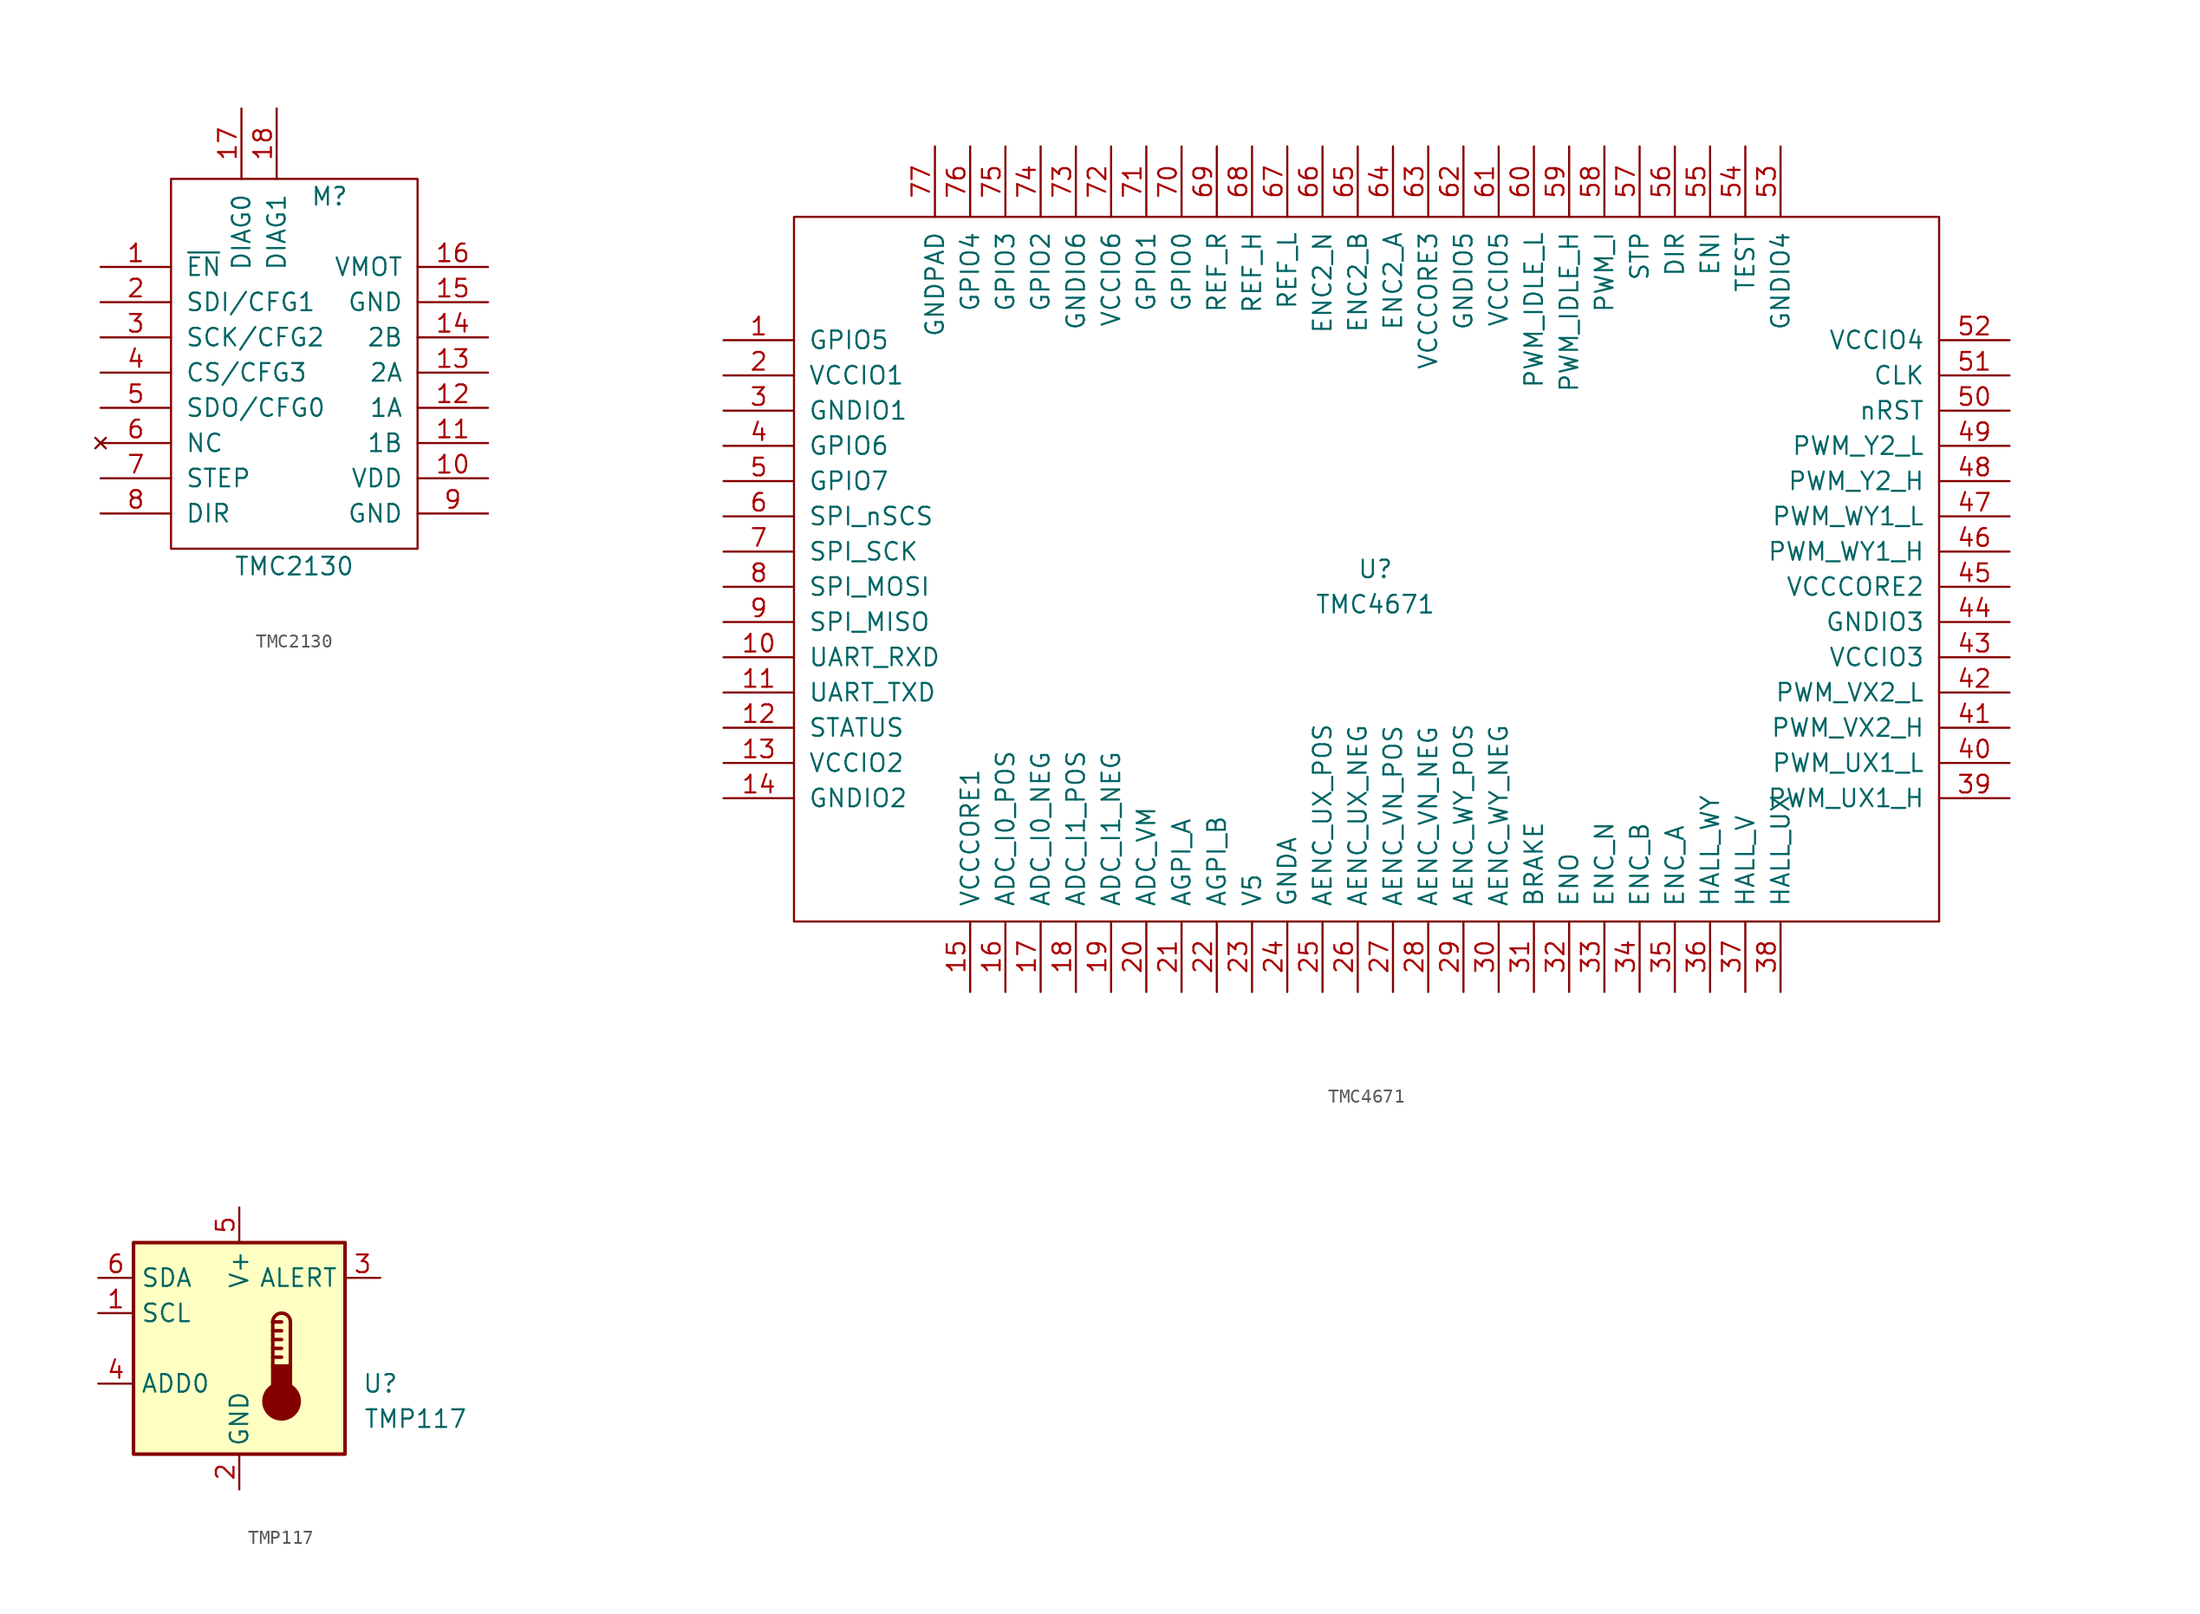
<source format=kicad_sym>
(kicad_symbol_lib
  (version 20220914)
  (generator kicad_symbol_editor)
  (symbol "TMC2130"
    (pin_names
      (offset 1.016))
    (property "Reference" "M"
      (at 2.54 13.97 0)
      (effects (font (size 1.27 1.27))))
    (property "Value" "TMC2130"
      (at 0 -12.7 0)
      (effects (font (size 1.27 1.27))))
    (symbol "TMC2130_1_1"
      (rectangle (start -8.89 15.24) (end 8.89 -11.43) (stroke (width 0) (type default)) (fill (type none)))
      (pin input line (at -13.97 8.89 0) (length 5.08) (name "~{EN}" (effects (font (size 1.27 1.27)))) (number "1" (effects (font (size 1.27 1.27)))))
      (pin power_in line (at 13.97 -6.35 180) (length 5.08) (name "VDD" (effects (font (size 1.27 1.27)))) (number "10" (effects (font (size 1.27 1.27)))))
      (pin output line (at 13.97 -3.81 180) (length 5.08) (name "1B" (effects (font (size 1.27 1.27)))) (number "11" (effects (font (size 1.27 1.27)))))
      (pin output line (at 13.97 -1.27 180) (length 5.08) (name "1A" (effects (font (size 1.27 1.27)))) (number "12" (effects (font (size 1.27 1.27)))))
      (pin output line (at 13.97 1.27 180) (length 5.08) (name "2A" (effects (font (size 1.27 1.27)))) (number "13" (effects (font (size 1.27 1.27)))))
      (pin output line (at 13.97 3.81 180) (length 5.08) (name "2B" (effects (font (size 1.27 1.27)))) (number "14" (effects (font (size 1.27 1.27)))))
      (pin power_in line (at 13.97 6.35 180) (length 5.08) (name "GND" (effects (font (size 1.27 1.27)))) (number "15" (effects (font (size 1.27 1.27)))))
      (pin power_in line (at 13.97 8.89 180) (length 5.08) (name "VMOT" (effects (font (size 1.27 1.27)))) (number "16" (effects (font (size 1.27 1.27)))))
      (pin output line (at -3.81 20.32 270) (length 5.08) (name "DIAG0" (effects (font (size 1.27 1.27)))) (number "17" (effects (font (size 1.27 1.27)))))
      (pin output line (at -1.27 20.32 270) (length 5.08) (name "DIAG1" (effects (font (size 1.27 1.27)))) (number "18" (effects (font (size 1.27 1.27)))))
      (pin input line (at -13.97 6.35 0) (length 5.08) (name "SDI/CFG1" (effects (font (size 1.27 1.27)))) (number "2" (effects (font (size 1.27 1.27)))))
      (pin input line (at -13.97 3.81 0) (length 5.08) (name "SCK/CFG2" (effects (font (size 1.27 1.27)))) (number "3" (effects (font (size 1.27 1.27)))))
      (pin input line (at -13.97 1.27 0) (length 5.08) (name "CS/CFG3" (effects (font (size 1.27 1.27)))) (number "4" (effects (font (size 1.27 1.27)))))
      (pin input line (at -13.97 -1.27 0) (length 5.08) (name "SDO/CFG0" (effects (font (size 1.27 1.27)))) (number "5" (effects (font (size 1.27 1.27)))))
      (pin no_connect line (at -13.97 -3.81 0) (length 5.08) (name "NC" (effects (font (size 1.27 1.27)))) (number "6" (effects (font (size 1.27 1.27)))))
      (pin input line (at -13.97 -6.35 0) (length 5.08) (name "STEP" (effects (font (size 1.27 1.27)))) (number "7" (effects (font (size 1.27 1.27)))))
      (pin input line (at -13.97 -8.89 0) (length 5.08) (name "DIR" (effects (font (size 1.27 1.27)))) (number "8" (effects (font (size 1.27 1.27)))))
      (pin power_in line (at 13.97 -8.89 180) (length 5.08) (name "GND" (effects (font (size 1.27 1.27)))) (number "9" (effects (font (size 1.27 1.27)))))))
  (symbol "TMC4671"
    (pin_names
      (offset 1.016))
    (property "Reference" "U"
      (at 0 0 0)
      (effects (font (size 1.27 1.27))))
    (property "Value" "TMC4671"
      (at 0 -2.54 0)
      (effects (font (size 1.27 1.27))))
    (symbol "TMC4671_0_1"
      (rectangle (start -41.91 25.4) (end 40.64 -25.4) (stroke (width 0) (type default)) (fill (type none))))
    (symbol "TMC4671_1_1"
      (pin input line (at -46.99 16.51 0) (length 5.08) (name "GPIO5" (effects (font (size 1.27 1.27)))) (number "1" (effects (font (size 1.27 1.27)))))
      (pin input line (at -46.99 -6.35 0) (length 5.08) (name "UART_RXD" (effects (font (size 1.27 1.27)))) (number "10" (effects (font (size 1.27 1.27)))))
      (pin output line (at -46.99 -8.89 0) (length 5.08) (name "UART_TXD" (effects (font (size 1.27 1.27)))) (number "11" (effects (font (size 1.27 1.27)))))
      (pin output line (at -46.99 -11.43 0) (length 5.08) (name "STATUS" (effects (font (size 1.27 1.27)))) (number "12" (effects (font (size 1.27 1.27)))))
      (pin power_in line (at -46.99 -13.97 0) (length 5.08) (name "VCCIO2" (effects (font (size 1.27 1.27)))) (number "13" (effects (font (size 1.27 1.27)))))
      (pin power_in line (at -46.99 -16.51 0) (length 5.08) (name "GNDIO2" (effects (font (size 1.27 1.27)))) (number "14" (effects (font (size 1.27 1.27)))))
      (pin power_in line (at -29.21 -30.48 90) (length 5.08) (name "VCCCORE1" (effects (font (size 1.27 1.27)))) (number "15" (effects (font (size 1.27 1.27)))))
      (pin input line (at -26.67 -30.48 90) (length 5.08) (name "ADC_I0_POS" (effects (font (size 1.27 1.27)))) (number "16" (effects (font (size 1.27 1.27)))))
      (pin input line (at -24.13 -30.48 90) (length 5.08) (name "ADC_I0_NEG" (effects (font (size 1.27 1.27)))) (number "17" (effects (font (size 1.27 1.27)))))
      (pin input line (at -21.59 -30.48 90) (length 5.08) (name "ADC_I1_POS" (effects (font (size 1.27 1.27)))) (number "18" (effects (font (size 1.27 1.27)))))
      (pin input line (at -19.05 -30.48 90) (length 5.08) (name "ADC_I1_NEG" (effects (font (size 1.27 1.27)))) (number "19" (effects (font (size 1.27 1.27)))))
      (pin power_in line (at -46.99 13.97 0) (length 5.08) (name "VCCIO1" (effects (font (size 1.27 1.27)))) (number "2" (effects (font (size 1.27 1.27)))))
      (pin input line (at -16.51 -30.48 90) (length 5.08) (name "ADC_VM" (effects (font (size 1.27 1.27)))) (number "20" (effects (font (size 1.27 1.27)))))
      (pin input line (at -13.97 -30.48 90) (length 5.08) (name "AGPI_A" (effects (font (size 1.27 1.27)))) (number "21" (effects (font (size 1.27 1.27)))))
      (pin input line (at -11.43 -30.48 90) (length 5.08) (name "AGPI_B" (effects (font (size 1.27 1.27)))) (number "22" (effects (font (size 1.27 1.27)))))
      (pin power_in line (at -8.89 -30.48 90) (length 5.08) (name "V5" (effects (font (size 1.27 1.27)))) (number "23" (effects (font (size 1.27 1.27)))))
      (pin power_in line (at -6.35 -30.48 90) (length 5.08) (name "GNDA" (effects (font (size 1.27 1.27)))) (number "24" (effects (font (size 1.27 1.27)))))
      (pin input line (at -3.81 -30.48 90) (length 5.08) (name "AENC_UX_POS" (effects (font (size 1.27 1.27)))) (number "25" (effects (font (size 1.27 1.27)))))
      (pin input line (at -1.27 -30.48 90) (length 5.08) (name "AENC_UX_NEG" (effects (font (size 1.27 1.27)))) (number "26" (effects (font (size 1.27 1.27)))))
      (pin input line (at 1.27 -30.48 90) (length 5.08) (name "AENC_VN_POS" (effects (font (size 1.27 1.27)))) (number "27" (effects (font (size 1.27 1.27)))))
      (pin input line (at 3.81 -30.48 90) (length 5.08) (name "AENC_VN_NEG" (effects (font (size 1.27 1.27)))) (number "28" (effects (font (size 1.27 1.27)))))
      (pin input line (at 6.35 -30.48 90) (length 5.08) (name "AENC_WY_POS" (effects (font (size 1.27 1.27)))) (number "29" (effects (font (size 1.27 1.27)))))
      (pin power_in line (at -46.99 11.43 0) (length 5.08) (name "GNDIO1" (effects (font (size 1.27 1.27)))) (number "3" (effects (font (size 1.27 1.27)))))
      (pin input line (at 8.89 -30.48 90) (length 5.08) (name "AENC_WY_NEG" (effects (font (size 1.27 1.27)))) (number "30" (effects (font (size 1.27 1.27)))))
      (pin output line (at 11.43 -30.48 90) (length 5.08) (name "BRAKE" (effects (font (size 1.27 1.27)))) (number "31" (effects (font (size 1.27 1.27)))))
      (pin output line (at 13.97 -30.48 90) (length 5.08) (name "ENO" (effects (font (size 1.27 1.27)))) (number "32" (effects (font (size 1.27 1.27)))))
      (pin input line (at 16.51 -30.48 90) (length 5.08) (name "ENC_N" (effects (font (size 1.27 1.27)))) (number "33" (effects (font (size 1.27 1.27)))))
      (pin input line (at 19.05 -30.48 90) (length 5.08) (name "ENC_B" (effects (font (size 1.27 1.27)))) (number "34" (effects (font (size 1.27 1.27)))))
      (pin input line (at 21.59 -30.48 90) (length 5.08) (name "ENC_A" (effects (font (size 1.27 1.27)))) (number "35" (effects (font (size 1.27 1.27)))))
      (pin input line (at 24.13 -30.48 90) (length 5.08) (name "HALL_WY" (effects (font (size 1.27 1.27)))) (number "36" (effects (font (size 1.27 1.27)))))
      (pin input line (at 26.67 -30.48 90) (length 5.08) (name "HALL_V" (effects (font (size 1.27 1.27)))) (number "37" (effects (font (size 1.27 1.27)))))
      (pin input line (at 29.21 -30.48 90) (length 5.08) (name "HALL_UX" (effects (font (size 1.27 1.27)))) (number "38" (effects (font (size 1.27 1.27)))))
      (pin output line (at 45.72 -16.51 180) (length 5.08) (name "PWM_UX1_H" (effects (font (size 1.27 1.27)))) (number "39" (effects (font (size 1.27 1.27)))))
      (pin bidirectional line (at -46.99 8.89 0) (length 5.08) (name "GPIO6" (effects (font (size 1.27 1.27)))) (number "4" (effects (font (size 1.27 1.27)))))
      (pin output line (at 45.72 -13.97 180) (length 5.08) (name "PWM_UX1_L" (effects (font (size 1.27 1.27)))) (number "40" (effects (font (size 1.27 1.27)))))
      (pin output line (at 45.72 -11.43 180) (length 5.08) (name "PWM_VX2_H" (effects (font (size 1.27 1.27)))) (number "41" (effects (font (size 1.27 1.27)))))
      (pin output line (at 45.72 -8.89 180) (length 5.08) (name "PWM_VX2_L" (effects (font (size 1.27 1.27)))) (number "42" (effects (font (size 1.27 1.27)))))
      (pin power_in line (at 45.72 -6.35 180) (length 5.08) (name "VCCIO3" (effects (font (size 1.27 1.27)))) (number "43" (effects (font (size 1.27 1.27)))))
      (pin power_in line (at 45.72 -3.81 180) (length 5.08) (name "GNDIO3" (effects (font (size 1.27 1.27)))) (number "44" (effects (font (size 1.27 1.27)))))
      (pin power_in line (at 45.72 -1.27 180) (length 5.08) (name "VCCCORE2" (effects (font (size 1.27 1.27)))) (number "45" (effects (font (size 1.27 1.27)))))
      (pin output line (at 45.72 1.27 180) (length 5.08) (name "PWM_WY1_H" (effects (font (size 1.27 1.27)))) (number "46" (effects (font (size 1.27 1.27)))))
      (pin output line (at 45.72 3.81 180) (length 5.08) (name "PWM_WY1_L" (effects (font (size 1.27 1.27)))) (number "47" (effects (font (size 1.27 1.27)))))
      (pin output line (at 45.72 6.35 180) (length 5.08) (name "PWM_Y2_H" (effects (font (size 1.27 1.27)))) (number "48" (effects (font (size 1.27 1.27)))))
      (pin output line (at 45.72 8.89 180) (length 5.08) (name "PWM_Y2_L" (effects (font (size 1.27 1.27)))) (number "49" (effects (font (size 1.27 1.27)))))
      (pin bidirectional line (at -46.99 6.35 0) (length 5.08) (name "GPIO7" (effects (font (size 1.27 1.27)))) (number "5" (effects (font (size 1.27 1.27)))))
      (pin input line (at 45.72 11.43 180) (length 5.08) (name "nRST" (effects (font (size 1.27 1.27)))) (number "50" (effects (font (size 1.27 1.27)))))
      (pin input line (at 45.72 13.97 180) (length 5.08) (name "CLK" (effects (font (size 1.27 1.27)))) (number "51" (effects (font (size 1.27 1.27)))))
      (pin power_in line (at 45.72 16.51 180) (length 5.08) (name "VCCIO4" (effects (font (size 1.27 1.27)))) (number "52" (effects (font (size 1.27 1.27)))))
      (pin power_in line (at 29.21 30.48 270) (length 5.08) (name "GNDIO4" (effects (font (size 1.27 1.27)))) (number "53" (effects (font (size 1.27 1.27)))))
      (pin input line (at 26.67 30.48 270) (length 5.08) (name "TEST" (effects (font (size 1.27 1.27)))) (number "54" (effects (font (size 1.27 1.27)))))
      (pin input line (at 24.13 30.48 270) (length 5.08) (name "ENI" (effects (font (size 1.27 1.27)))) (number "55" (effects (font (size 1.27 1.27)))))
      (pin input line (at 21.59 30.48 270) (length 5.08) (name "DIR" (effects (font (size 1.27 1.27)))) (number "56" (effects (font (size 1.27 1.27)))))
      (pin input line (at 19.05 30.48 270) (length 5.08) (name "STP" (effects (font (size 1.27 1.27)))) (number "57" (effects (font (size 1.27 1.27)))))
      (pin input line (at 16.51 30.48 270) (length 5.08) (name "PWM_I" (effects (font (size 1.27 1.27)))) (number "58" (effects (font (size 1.27 1.27)))))
      (pin input line (at 13.97 30.48 270) (length 5.08) (name "PWM_IDLE_H" (effects (font (size 1.27 1.27)))) (number "59" (effects (font (size 1.27 1.27)))))
      (pin input line (at -46.99 3.81 0) (length 5.08) (name "SPI_nSCS" (effects (font (size 1.27 1.27)))) (number "6" (effects (font (size 1.27 1.27)))))
      (pin input line (at 11.43 30.48 270) (length 5.08) (name "PWM_IDLE_L" (effects (font (size 1.27 1.27)))) (number "60" (effects (font (size 1.27 1.27)))))
      (pin power_in line (at 8.89 30.48 270) (length 5.08) (name "VCCIO5" (effects (font (size 1.27 1.27)))) (number "61" (effects (font (size 1.27 1.27)))))
      (pin power_in line (at 6.35 30.48 270) (length 5.08) (name "GNDIO5" (effects (font (size 1.27 1.27)))) (number "62" (effects (font (size 1.27 1.27)))))
      (pin power_in line (at 3.81 30.48 270) (length 5.08) (name "VCCCORE3" (effects (font (size 1.27 1.27)))) (number "63" (effects (font (size 1.27 1.27)))))
      (pin input line (at 1.27 30.48 270) (length 5.08) (name "ENC2_A" (effects (font (size 1.27 1.27)))) (number "64" (effects (font (size 1.27 1.27)))))
      (pin input line (at -1.27 30.48 270) (length 5.08) (name "ENC2_B" (effects (font (size 1.27 1.27)))) (number "65" (effects (font (size 1.27 1.27)))))
      (pin input line (at -3.81 30.48 270) (length 5.08) (name "ENC2_N" (effects (font (size 1.27 1.27)))) (number "66" (effects (font (size 1.27 1.27)))))
      (pin input line (at -6.35 30.48 270) (length 5.08) (name "REF_L" (effects (font (size 1.27 1.27)))) (number "67" (effects (font (size 1.27 1.27)))))
      (pin input line (at -8.89 30.48 270) (length 5.08) (name "REF_H" (effects (font (size 1.27 1.27)))) (number "68" (effects (font (size 1.27 1.27)))))
      (pin input line (at -11.43 30.48 270) (length 5.08) (name "REF_R" (effects (font (size 1.27 1.27)))) (number "69" (effects (font (size 1.27 1.27)))))
      (pin input line (at -46.99 1.27 0) (length 5.08) (name "SPI_SCK" (effects (font (size 1.27 1.27)))) (number "7" (effects (font (size 1.27 1.27)))))
      (pin input line (at -13.97 30.48 270) (length 5.08) (name "GPIO0" (effects (font (size 1.27 1.27)))) (number "70" (effects (font (size 1.27 1.27)))))
      (pin bidirectional line (at -16.51 30.48 270) (length 5.08) (name "GPIO1" (effects (font (size 1.27 1.27)))) (number "71" (effects (font (size 1.27 1.27)))))
      (pin power_in line (at -19.05 30.48 270) (length 5.08) (name "VCCIO6" (effects (font (size 1.27 1.27)))) (number "72" (effects (font (size 1.27 1.27)))))
      (pin power_in line (at -21.59 30.48 270) (length 5.08) (name "GNDIO6" (effects (font (size 1.27 1.27)))) (number "73" (effects (font (size 1.27 1.27)))))
      (pin bidirectional line (at -24.13 30.48 270) (length 5.08) (name "GPIO2" (effects (font (size 1.27 1.27)))) (number "74" (effects (font (size 1.27 1.27)))))
      (pin bidirectional line (at -26.67 30.48 270) (length 5.08) (name "GPIO3" (effects (font (size 1.27 1.27)))) (number "75" (effects (font (size 1.27 1.27)))))
      (pin bidirectional line (at -29.21 30.48 270) (length 5.08) (name "GPIO4" (effects (font (size 1.27 1.27)))) (number "76" (effects (font (size 1.27 1.27)))))
      (pin power_in line (at -31.75 30.48 270) (length 5.08) (name "GNDPAD" (effects (font (size 1.27 1.27)))) (number "77" (effects (font (size 1.27 1.27)))))
      (pin input line (at -46.99 -1.27 0) (length 5.08) (name "SPI_MOSI" (effects (font (size 1.27 1.27)))) (number "8" (effects (font (size 1.27 1.27)))))
      (pin output line (at -46.99 -3.81 0) (length 5.08) (name "SPI_MISO" (effects (font (size 1.27 1.27)))) (number "9" (effects (font (size 1.27 1.27)))))))
  (symbol "TMP117"
    (property "Reference" "U"
      (at 10.16 -2.54 0)
      (effects (font (size 1.27 1.27))))
    (property "Value" "TMP117"
      (at 12.7 -5.08 0)
      (effects (font (size 1.27 1.27))))
    (symbol "TMP117_0_1"
      (rectangle (start -7.62 7.62) (end 7.62 -7.62) (stroke (width 0.254) (type default)) (fill (type background))))
    (symbol "TMP117_1_1"
      (polyline (pts (xy 2.413 -0.635) (xy 3.048 -0.635)) (stroke (width 0.254) (type default)) (fill (type none)))
      (polyline (pts (xy 2.413 0) (xy 3.048 0)) (stroke (width 0.254) (type default)) (fill (type none)))
      (polyline (pts (xy 2.413 0.635) (xy 3.048 0.635)) (stroke (width 0.254) (type default)) (fill (type none)))
      (polyline (pts (xy 2.413 1.27) (xy 3.048 1.27)) (stroke (width 0.254) (type default)) (fill (type none)))
      (polyline (pts (xy 2.413 1.905) (xy 2.413 -1.27)) (stroke (width 0.254) (type default)) (fill (type none)))
      (polyline (pts (xy 2.413 1.905) (xy 3.048 1.905)) (stroke (width 0.254) (type default)) (fill (type none)))
      (polyline (pts (xy 3.683 1.905) (xy 3.683 -1.27)) (stroke (width 0.254) (type default)) (fill (type none)))
      (circle (center 3.048 -3.81) (radius 1.27) (stroke (width 0.254) (type default)) (fill (type outline)))
      (rectangle (start 3.683 -3.175) (end 2.413 -1.27) (stroke (width 0.254) (type default)) (fill (type outline)))
      (arc (start 3.683 1.905) (mid 3.048 2.5373) (end 2.413 1.905) (stroke (width 0.254) (type default)) (fill (type none)))
      (pin input line (at -10.16 2.54 0) (length 2.54) (name "SCL" (effects (font (size 1.27 1.27)))) (number "1" (effects (font (size 1.27 1.27)))))
      (pin power_in line (at 0 -10.16 90) (length 2.54) (name "GND" (effects (font (size 1.27 1.27)))) (number "2" (effects (font (size 1.27 1.27)))))
      (pin open_collector line (at 10.16 5.08 180) (length 2.54) (name "ALERT" (effects (font (size 1.27 1.27)))) (number "3" (effects (font (size 1.27 1.27)))))
      (pin input line (at -10.16 -2.54 0) (length 2.54) (name "ADD0" (effects (font (size 1.27 1.27)))) (number "4" (effects (font (size 1.27 1.27)))))
      (pin power_in line (at 0 10.16 270) (length 2.54) (name "V+" (effects (font (size 1.27 1.27)))) (number "5" (effects (font (size 1.27 1.27)))))
      (pin bidirectional line (at -10.16 5.08 0) (length 2.54) (name "SDA" (effects (font (size 1.27 1.27)))) (number "6" (effects (font (size 1.27 1.27)))))
      (pin input line (at 0 -10.16 90) (length 2.54) hide (name "GND" (effects (font (size 1.27 1.27)))) (number "7" (effects (font (size 1.27 1.27))))))))
</source>
